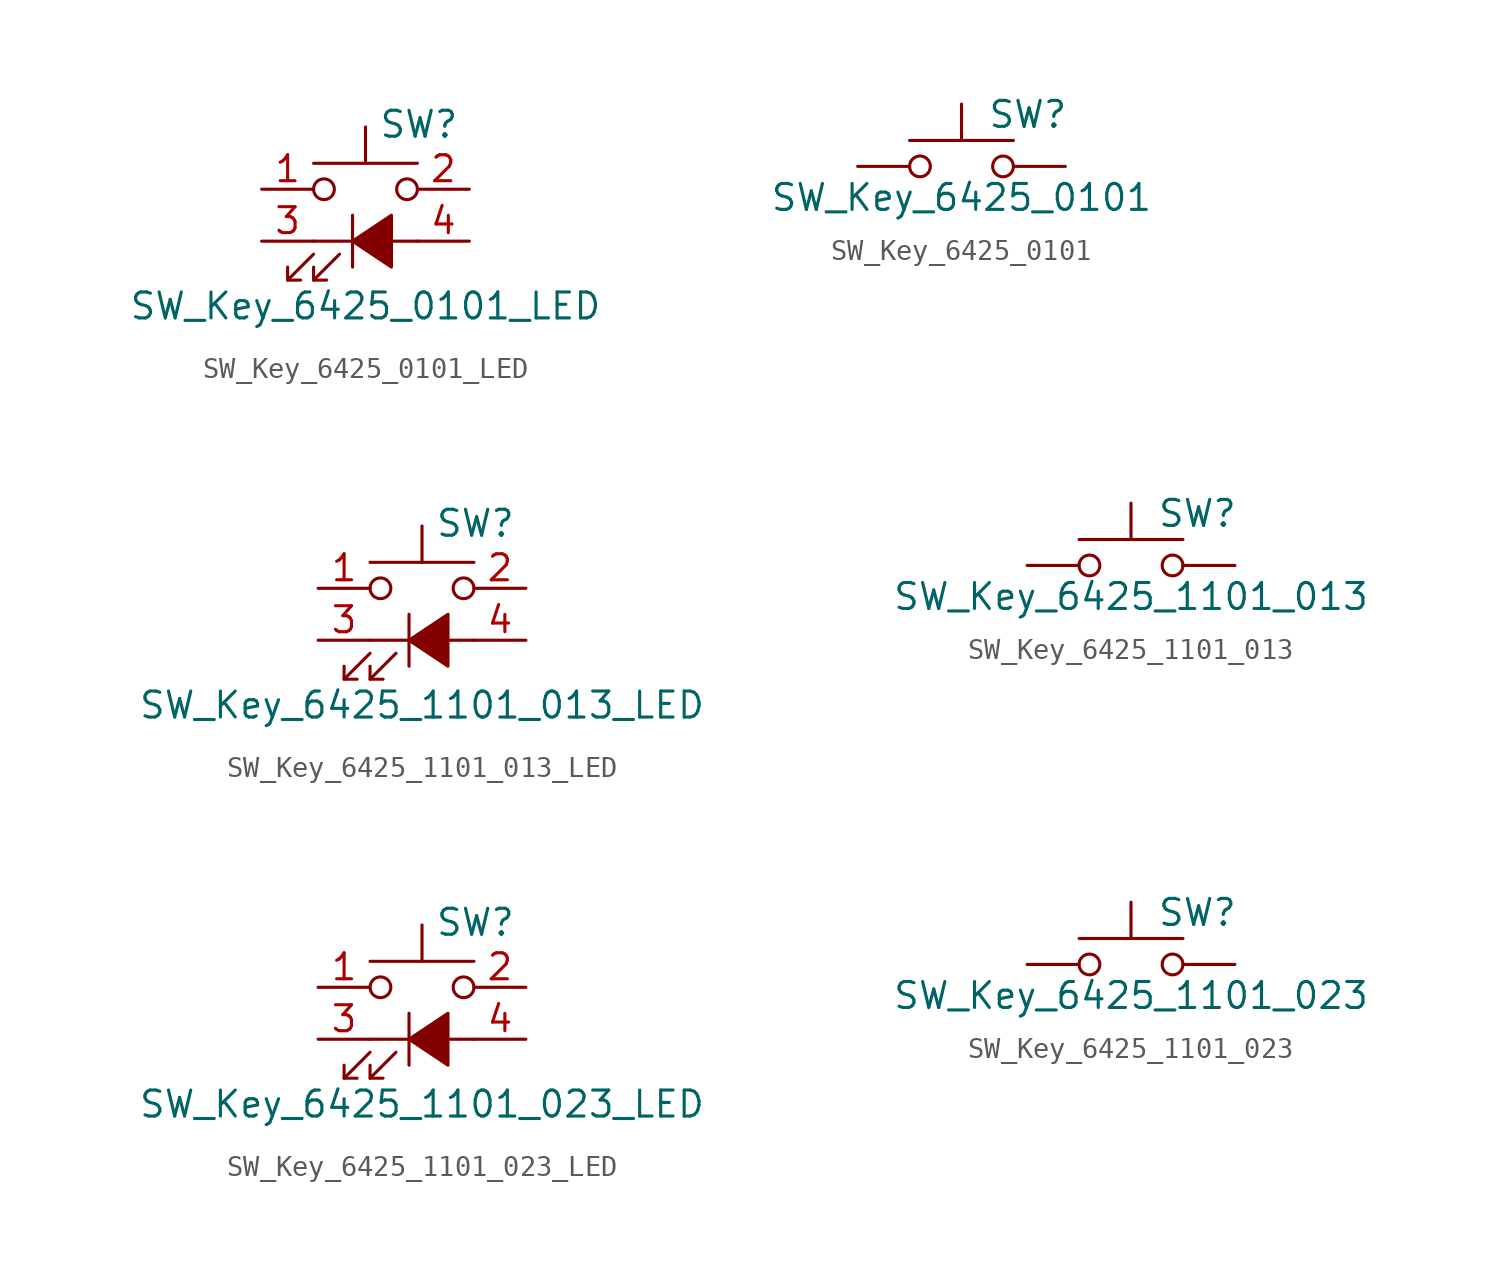
<source format=kicad_sym>
(kicad_symbol_lib
  (version 20211014)
  (generator kicad_symbol_editor)
  (symbol "SW_Key_6425_0101_LED"
    (pin_names
      (offset 1.016) hide)
    (property "Reference" "SW"
      (at 0.635 5.715 0)
      (effects (font (size 1.27 1.27)) (justify left)))
    (property "Value" "SW_Key_6425_0101_LED"
      (at 0 -3.175 0)
      (effects (font (size 1.27 1.27))))
    (symbol "SW_Key_6425_0101_LED_0_0"
      (polyline (pts (xy -3.81 -1.905) (xy -2.54 -0.635)) (stroke (width 0) (type default) (color 0 0 0 0)) (fill (type none)))
      (polyline (pts (xy -2.54 -1.905) (xy -1.27 -0.635)) (stroke (width 0) (type default) (color 0 0 0 0)) (fill (type none)))
      (polyline (pts (xy -2.54 0) (xy 2.54 0)) (stroke (width 0) (type default) (color 0 0 0 0)) (fill (type none)))
      (polyline (pts (xy -0.635 1.27) (xy -0.635 -1.27)) (stroke (width 0) (type default) (color 0 0 0 0)) (fill (type none)))
      (polyline (pts (xy -3.81 -1.27) (xy -3.81 -1.905) (xy -3.175 -1.905)) (stroke (width 0) (type default) (color 0 0 0 0)) (fill (type none)))
      (polyline (pts (xy -2.54 -1.27) (xy -2.54 -1.905) (xy -1.905 -1.905)) (stroke (width 0) (type default) (color 0 0 0 0)) (fill (type none)))
      (polyline (pts (xy -0.635 0) (xy 1.27 1.27) (xy 1.27 -1.27) (xy -0.635 0)) (stroke (width 0) (type default) (color 0 0 0 0)) (fill (type outline))))
    (symbol "SW_Key_6425_0101_LED_0_1"
      (circle (center -2.032 2.54) (radius 0.508) (stroke (width 0) (type default) (color 0 0 0 0)) (fill (type none)))
      (polyline (pts (xy 0 3.81) (xy 0 5.588)) (stroke (width 0) (type default) (color 0 0 0 0)) (fill (type none)))
      (polyline (pts (xy 2.54 3.81) (xy -2.54 3.81)) (stroke (width 0) (type default) (color 0 0 0 0)) (fill (type none)))
      (circle (center 2.032 2.54) (radius 0.508) (stroke (width 0) (type default) (color 0 0 0 0)) (fill (type none)))
      (pin passive line (at -5.08 2.54 0) (length 2.54) (name "1" (effects (font (size 1.27 1.27)))) (number "1" (effects (font (size 1.27 1.27)))))
      (pin passive line (at 5.08 2.54 180) (length 2.54) (name "2" (effects (font (size 1.27 1.27)))) (number "2" (effects (font (size 1.27 1.27)))))
      (pin passive line (at -5.08 0 0) (length 2.54) (name "K" (effects (font (size 1.27 1.27)))) (number "3" (effects (font (size 1.27 1.27)))))
      (pin passive line (at 5.08 0 180) (length 2.54) (name "A" (effects (font (size 1.27 1.27)))) (number "4" (effects (font (size 1.27 1.27)))))))
  (symbol "SW_Key_6425_0101"
    (pin_numbers hide)
    (pin_names
      (offset 1.016) hide)
    (property "Reference" "SW"
      (at 1.27 2.54 0)
      (effects (font (size 1.27 1.27)) (justify left)))
    (property "Value" "SW_Key_6425_0101"
      (at 0 -1.524 0)
      (effects (font (size 1.27 1.27))))
    (symbol "SW_Key_6425_0101_0_1"
      (circle (center -2.032 0) (radius 0.508) (stroke (width 0) (type default) (color 0 0 0 0)) (fill (type none)))
      (polyline (pts (xy 0 1.27) (xy 0 3.048)) (stroke (width 0) (type default) (color 0 0 0 0)) (fill (type none)))
      (polyline (pts (xy 2.54 1.27) (xy -2.54 1.27)) (stroke (width 0) (type default) (color 0 0 0 0)) (fill (type none)))
      (circle (center 2.032 0) (radius 0.508) (stroke (width 0) (type default) (color 0 0 0 0)) (fill (type none)))
      (pin passive line (at -5.08 0 0) (length 2.54) (name "1" (effects (font (size 1.27 1.27)))) (number "1" (effects (font (size 1.27 1.27)))))
      (pin passive line (at 5.08 0 180) (length 2.54) (name "2" (effects (font (size 1.27 1.27)))) (number "2" (effects (font (size 1.27 1.27)))))))
  (symbol "SW_Key_6425_1101_013_LED"
    (pin_names
      (offset 1.016) hide)
    (property "Reference" "SW"
      (at 0.635 5.715 0)
      (effects (font (size 1.27 1.27)) (justify left)))
    (property "Value" "SW_Key_6425_1101_013_LED"
      (at 0 -3.175 0)
      (effects (font (size 1.27 1.27))))
    (symbol "SW_Key_6425_1101_013_LED_0_0"
      (polyline (pts (xy -3.81 -1.905) (xy -2.54 -0.635)) (stroke (width 0) (type default) (color 0 0 0 0)) (fill (type none)))
      (polyline (pts (xy -2.54 -1.905) (xy -1.27 -0.635)) (stroke (width 0) (type default) (color 0 0 0 0)) (fill (type none)))
      (polyline (pts (xy -2.54 0) (xy 2.54 0)) (stroke (width 0) (type default) (color 0 0 0 0)) (fill (type none)))
      (polyline (pts (xy -0.635 1.27) (xy -0.635 -1.27)) (stroke (width 0) (type default) (color 0 0 0 0)) (fill (type none)))
      (polyline (pts (xy -3.81 -1.27) (xy -3.81 -1.905) (xy -3.175 -1.905)) (stroke (width 0) (type default) (color 0 0 0 0)) (fill (type none)))
      (polyline (pts (xy -2.54 -1.27) (xy -2.54 -1.905) (xy -1.905 -1.905)) (stroke (width 0) (type default) (color 0 0 0 0)) (fill (type none)))
      (polyline (pts (xy -0.635 0) (xy 1.27 1.27) (xy 1.27 -1.27) (xy -0.635 0)) (stroke (width 0) (type default) (color 0 0 0 0)) (fill (type outline))))
    (symbol "SW_Key_6425_1101_013_LED_0_1"
      (circle (center -2.032 2.54) (radius 0.508) (stroke (width 0) (type default) (color 0 0 0 0)) (fill (type none)))
      (polyline (pts (xy 0 3.81) (xy 0 5.588)) (stroke (width 0) (type default) (color 0 0 0 0)) (fill (type none)))
      (polyline (pts (xy 2.54 3.81) (xy -2.54 3.81)) (stroke (width 0) (type default) (color 0 0 0 0)) (fill (type none)))
      (circle (center 2.032 2.54) (radius 0.508) (stroke (width 0) (type default) (color 0 0 0 0)) (fill (type none)))
      (pin passive line (at -5.08 2.54 0) (length 2.54) (name "1" (effects (font (size 1.27 1.27)))) (number "1" (effects (font (size 1.27 1.27)))))
      (pin passive line (at 5.08 2.54 180) (length 2.54) (name "2" (effects (font (size 1.27 1.27)))) (number "2" (effects (font (size 1.27 1.27)))))
      (pin passive line (at -5.08 0 0) (length 2.54) (name "K" (effects (font (size 1.27 1.27)))) (number "3" (effects (font (size 1.27 1.27)))))
      (pin passive line (at 5.08 0 180) (length 2.54) (name "A" (effects (font (size 1.27 1.27)))) (number "4" (effects (font (size 1.27 1.27)))))))
  (symbol "SW_Key_6425_1101_013"
    (pin_numbers hide)
    (pin_names
      (offset 1.016) hide)
    (property "Reference" "SW"
      (at 1.27 2.54 0)
      (effects (font (size 1.27 1.27)) (justify left)))
    (property "Value" "SW_Key_6425_1101_013"
      (at 0 -1.524 0)
      (effects (font (size 1.27 1.27))))
    (symbol "SW_Key_6425_1101_013_0_1"
      (circle (center -2.032 0) (radius 0.508) (stroke (width 0) (type default) (color 0 0 0 0)) (fill (type none)))
      (polyline (pts (xy 0 1.27) (xy 0 3.048)) (stroke (width 0) (type default) (color 0 0 0 0)) (fill (type none)))
      (polyline (pts (xy 2.54 1.27) (xy -2.54 1.27)) (stroke (width 0) (type default) (color 0 0 0 0)) (fill (type none)))
      (circle (center 2.032 0) (radius 0.508) (stroke (width 0) (type default) (color 0 0 0 0)) (fill (type none)))
      (pin passive line (at -5.08 0 0) (length 2.54) (name "1" (effects (font (size 1.27 1.27)))) (number "1" (effects (font (size 1.27 1.27)))))
      (pin passive line (at 5.08 0 180) (length 2.54) (name "2" (effects (font (size 1.27 1.27)))) (number "2" (effects (font (size 1.27 1.27)))))))
  (symbol "SW_Key_6425_1101_023_LED"
    (pin_names
      (offset 1.016) hide)
    (property "Reference" "SW"
      (at 0.635 5.715 0)
      (effects (font (size 1.27 1.27)) (justify left)))
    (property "Value" "SW_Key_6425_1101_023_LED"
      (at 0 -3.175 0)
      (effects (font (size 1.27 1.27))))
    (symbol "SW_Key_6425_1101_023_LED_0_0"
      (polyline (pts (xy -3.81 -1.905) (xy -2.54 -0.635)) (stroke (width 0) (type default) (color 0 0 0 0)) (fill (type none)))
      (polyline (pts (xy -2.54 -1.905) (xy -1.27 -0.635)) (stroke (width 0) (type default) (color 0 0 0 0)) (fill (type none)))
      (polyline (pts (xy -2.54 0) (xy 2.54 0)) (stroke (width 0) (type default) (color 0 0 0 0)) (fill (type none)))
      (polyline (pts (xy -0.635 1.27) (xy -0.635 -1.27)) (stroke (width 0) (type default) (color 0 0 0 0)) (fill (type none)))
      (polyline (pts (xy -3.81 -1.27) (xy -3.81 -1.905) (xy -3.175 -1.905)) (stroke (width 0) (type default) (color 0 0 0 0)) (fill (type none)))
      (polyline (pts (xy -2.54 -1.27) (xy -2.54 -1.905) (xy -1.905 -1.905)) (stroke (width 0) (type default) (color 0 0 0 0)) (fill (type none)))
      (polyline (pts (xy -0.635 0) (xy 1.27 1.27) (xy 1.27 -1.27) (xy -0.635 0)) (stroke (width 0) (type default) (color 0 0 0 0)) (fill (type outline))))
    (symbol "SW_Key_6425_1101_023_LED_0_1"
      (circle (center -2.032 2.54) (radius 0.508) (stroke (width 0) (type default) (color 0 0 0 0)) (fill (type none)))
      (polyline (pts (xy 0 3.81) (xy 0 5.588)) (stroke (width 0) (type default) (color 0 0 0 0)) (fill (type none)))
      (polyline (pts (xy 2.54 3.81) (xy -2.54 3.81)) (stroke (width 0) (type default) (color 0 0 0 0)) (fill (type none)))
      (circle (center 2.032 2.54) (radius 0.508) (stroke (width 0) (type default) (color 0 0 0 0)) (fill (type none)))
      (pin passive line (at -5.08 2.54 0) (length 2.54) (name "1" (effects (font (size 1.27 1.27)))) (number "1" (effects (font (size 1.27 1.27)))))
      (pin passive line (at 5.08 2.54 180) (length 2.54) (name "2" (effects (font (size 1.27 1.27)))) (number "2" (effects (font (size 1.27 1.27)))))
      (pin passive line (at -5.08 0 0) (length 2.54) (name "K" (effects (font (size 1.27 1.27)))) (number "3" (effects (font (size 1.27 1.27)))))
      (pin passive line (at 5.08 0 180) (length 2.54) (name "A" (effects (font (size 1.27 1.27)))) (number "4" (effects (font (size 1.27 1.27)))))))
  (symbol "SW_Key_6425_1101_023"
    (pin_numbers hide)
    (pin_names
      (offset 1.016) hide)
    (property "Reference" "SW"
      (at 1.27 2.54 0)
      (effects (font (size 1.27 1.27)) (justify left)))
    (property "Value" "SW_Key_6425_1101_023"
      (at 0 -1.524 0)
      (effects (font (size 1.27 1.27))))
    (symbol "SW_Key_6425_1101_023_0_1"
      (circle (center -2.032 0) (radius 0.508) (stroke (width 0) (type default) (color 0 0 0 0)) (fill (type none)))
      (polyline (pts (xy 0 1.27) (xy 0 3.048)) (stroke (width 0) (type default) (color 0 0 0 0)) (fill (type none)))
      (polyline (pts (xy 2.54 1.27) (xy -2.54 1.27)) (stroke (width 0) (type default) (color 0 0 0 0)) (fill (type none)))
      (circle (center 2.032 0) (radius 0.508) (stroke (width 0) (type default) (color 0 0 0 0)) (fill (type none)))
      (pin passive line (at -5.08 0 0) (length 2.54) (name "1" (effects (font (size 1.27 1.27)))) (number "1" (effects (font (size 1.27 1.27)))))
      (pin passive line (at 5.08 0 180) (length 2.54) (name "2" (effects (font (size 1.27 1.27)))) (number "2" (effects (font (size 1.27 1.27))))))))
</source>
